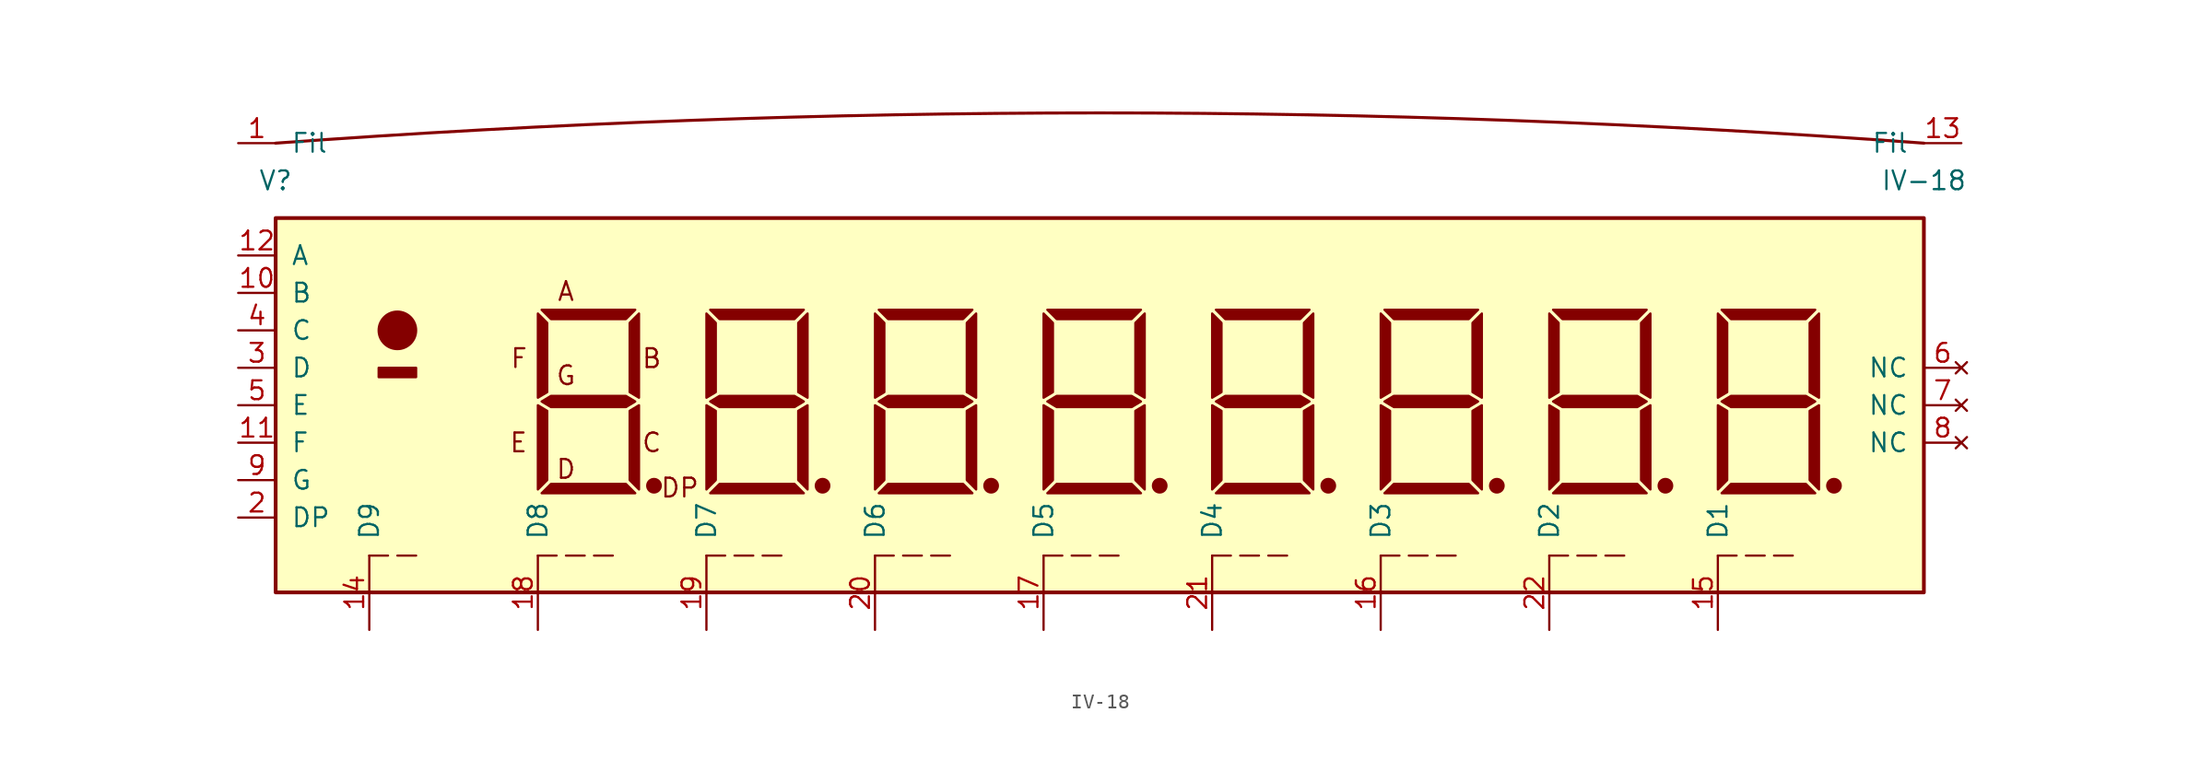
<source format=kicad_sym>
(kicad_symbol_lib
  (version 20220914)
  (generator kicad_symbol_editor)
  (symbol "IV-18"
    (pin_names
      (offset 1.016))
    (property "Reference" "V"
      (at -55.88 15.24 0)
      (effects (font (size 1.27 1.27))))
    (property "Value" "IV-18"
      (at 55.88 15.24 0)
      (effects (font (size 1.27 1.27))))
    (property "Footprint" ""
      (at -37.465 0 0)
      (effects (font (size 1.27 1.27))))
    (property "Datasheet" ""
      (at -37.465 0 0)
      (effects (font (size 1.27 1.27))))
    (symbol "IV-18_0_0"
      (polyline (pts (xy -36.83 -10.2) (xy -38.1 -10.2)) (stroke (width 0) (type default)) (fill (type none)))
      (polyline (pts (xy -36.195 -10.2) (xy -34.925 -10.2)) (stroke (width 0) (type default)) (fill (type none)))
      (polyline (pts (xy -34.29 -10.2) (xy -33.02 -10.2)) (stroke (width 0) (type default)) (fill (type none)))
      (polyline (pts (xy -25.4 -10.2) (xy -26.67 -10.2)) (stroke (width 0) (type default)) (fill (type none)))
      (polyline (pts (xy -24.765 -10.2) (xy -23.495 -10.2)) (stroke (width 0) (type default)) (fill (type none)))
      (polyline (pts (xy -22.86 -10.2) (xy -21.59 -10.2)) (stroke (width 0) (type default)) (fill (type none)))
      (polyline (pts (xy -13.97 -10.2) (xy -15.24 -10.2)) (stroke (width 0) (type default)) (fill (type none)))
      (polyline (pts (xy -13.335 -10.2) (xy -12.065 -10.2)) (stroke (width 0) (type default)) (fill (type none)))
      (polyline (pts (xy -11.43 -10.2) (xy -10.16 -10.2)) (stroke (width 0) (type default)) (fill (type none)))
      (polyline (pts (xy -2.54 -10.2) (xy -3.81 -10.2)) (stroke (width 0) (type default)) (fill (type none)))
      (polyline (pts (xy -1.905 -10.2) (xy -0.635 -10.2)) (stroke (width 0) (type default)) (fill (type none)))
      (polyline (pts (xy 0 -10.2) (xy 1.27 -10.2)) (stroke (width 0) (type default)) (fill (type none)))
      (polyline (pts (xy 8.89 -10.2) (xy 7.62 -10.2)) (stroke (width 0) (type default)) (fill (type none)))
      (polyline (pts (xy 9.525 -10.2) (xy 10.795 -10.2)) (stroke (width 0) (type default)) (fill (type none)))
      (polyline (pts (xy 11.43 -10.2) (xy 12.7 -10.2)) (stroke (width 0) (type default)) (fill (type none)))
      (polyline (pts (xy 20.32 -10.2) (xy 19.05 -10.2)) (stroke (width 0) (type default)) (fill (type none)))
      (polyline (pts (xy 20.955 -10.2) (xy 22.225 -10.2)) (stroke (width 0) (type default)) (fill (type none)))
      (polyline (pts (xy 22.86 -10.2) (xy 24.13 -10.2)) (stroke (width 0) (type default)) (fill (type none)))
      (polyline (pts (xy 31.75 -10.2) (xy 30.48 -10.2)) (stroke (width 0) (type default)) (fill (type none)))
      (polyline (pts (xy 32.385 -10.2) (xy 33.655 -10.2)) (stroke (width 0) (type default)) (fill (type none)))
      (polyline (pts (xy 34.29 -10.2) (xy 35.56 -10.2)) (stroke (width 0) (type default)) (fill (type none)))
      (polyline (pts (xy 43.18 -10.2) (xy 41.91 -10.2)) (stroke (width 0) (type default)) (fill (type none)))
      (polyline (pts (xy 43.815 -10.2) (xy 45.085 -10.2)) (stroke (width 0) (type default)) (fill (type none)))
      (polyline (pts (xy 45.72 -10.2) (xy 46.99 -10.2)) (stroke (width 0) (type default)) (fill (type none))))
    (symbol "IV-18_0_1"
      (arc (start 55.88 17.78) (mid 0 19.8308) (end -55.88 17.78) (stroke (width 0.2032) (type default)) (fill (type none))))
    (symbol "IV-18_1_0"
      (polyline (pts (xy -49.53 -10.2) (xy -48.26 -10.2)) (stroke (width 0) (type default)) (fill (type none)))
      (polyline (pts (xy -47.625 -10.2) (xy -46.355 -10.2)) (stroke (width 0) (type default)) (fill (type none))))
    (symbol "IV-18_1_1"
      (rectangle (start -55.88 12.7) (end 55.88 -12.7) (stroke (width 0.254) (type default)) (fill (type background)))
      (rectangle (start -48.895 2.54) (end -46.355 1.905) (stroke (width 0) (type default)) (fill (type outline)))
      (circle (center -47.625 5.08) (radius 1.27) (stroke (width 0) (type default)) (fill (type outline)))
      (circle (center -30.226 -5.461) (radius 0.458) (stroke (width 0) (type default)) (fill (type outline)))
      (circle (center -18.796 -5.461) (radius 0.458) (stroke (width 0) (type default)) (fill (type outline)))
      (circle (center -7.366 -5.461) (radius 0.458) (stroke (width 0) (type default)) (fill (type outline)))
      (polyline (pts (xy -38.1 0) (xy -37.465 -0.381) (xy -37.465 -5.08) (xy -38.1 -5.715) (xy -38.1 0)) (stroke (width 0) (type default)) (fill (type outline)))
      (polyline (pts (xy -38.1 6.223) (xy -37.465 5.588) (xy -37.465 0.889) (xy -38.1 0.508) (xy -38.1 6.223)) (stroke (width 0) (type default)) (fill (type outline)))
      (polyline (pts (xy -37.846 6.477) (xy -31.496 6.477) (xy -32.131 5.842) (xy -37.211 5.842) (xy -37.846 6.477)) (stroke (width 0) (type default)) (fill (type outline)))
      (polyline (pts (xy -31.496 -5.969) (xy -37.846 -5.969) (xy -37.211 -5.334) (xy -32.131 -5.334) (xy -31.496 -5.969)) (stroke (width 0) (type default)) (fill (type outline)))
      (polyline (pts (xy -31.242 0) (xy -31.877 -0.381) (xy -31.877 -5.08) (xy -31.242 -5.715) (xy -31.242 0)) (stroke (width 0) (type default)) (fill (type outline)))
      (polyline (pts (xy -31.242 6.223) (xy -31.877 5.588) (xy -31.877 0.889) (xy -31.242 0.508) (xy -31.242 6.223)) (stroke (width 0) (type default)) (fill (type outline)))
      (polyline (pts (xy -26.67 0) (xy -26.035 -0.381) (xy -26.035 -5.08) (xy -26.67 -5.715) (xy -26.67 0)) (stroke (width 0) (type default)) (fill (type outline)))
      (polyline (pts (xy -26.67 6.223) (xy -26.035 5.588) (xy -26.035 0.889) (xy -26.67 0.508) (xy -26.67 6.223)) (stroke (width 0) (type default)) (fill (type outline)))
      (polyline (pts (xy -26.416 6.477) (xy -20.066 6.477) (xy -20.701 5.842) (xy -25.781 5.842) (xy -26.416 6.477)) (stroke (width 0) (type default)) (fill (type outline)))
      (polyline (pts (xy -20.066 -5.969) (xy -26.416 -5.969) (xy -25.781 -5.334) (xy -20.701 -5.334) (xy -20.066 -5.969)) (stroke (width 0) (type default)) (fill (type outline)))
      (polyline (pts (xy -19.812 0) (xy -20.447 -0.381) (xy -20.447 -5.08) (xy -19.812 -5.715) (xy -19.812 0)) (stroke (width 0) (type default)) (fill (type outline)))
      (polyline (pts (xy -19.812 6.223) (xy -20.447 5.588) (xy -20.447 0.889) (xy -19.812 0.508) (xy -19.812 6.223)) (stroke (width 0) (type default)) (fill (type outline)))
      (polyline (pts (xy -15.24 0) (xy -14.605 -0.381) (xy -14.605 -5.08) (xy -15.24 -5.715) (xy -15.24 0)) (stroke (width 0) (type default)) (fill (type outline)))
      (polyline (pts (xy -15.24 6.223) (xy -14.605 5.588) (xy -14.605 0.889) (xy -15.24 0.508) (xy -15.24 6.223)) (stroke (width 0) (type default)) (fill (type outline)))
      (polyline (pts (xy -14.986 6.477) (xy -8.636 6.477) (xy -9.271 5.842) (xy -14.351 5.842) (xy -14.986 6.477)) (stroke (width 0) (type default)) (fill (type outline)))
      (polyline (pts (xy -8.636 -5.969) (xy -14.986 -5.969) (xy -14.351 -5.334) (xy -9.271 -5.334) (xy -8.636 -5.969)) (stroke (width 0) (type default)) (fill (type outline)))
      (polyline (pts (xy -8.382 0) (xy -9.017 -0.381) (xy -9.017 -5.08) (xy -8.382 -5.715) (xy -8.382 0)) (stroke (width 0) (type default)) (fill (type outline)))
      (polyline (pts (xy -8.382 6.223) (xy -9.017 5.588) (xy -9.017 0.889) (xy -8.382 0.508) (xy -8.382 6.223)) (stroke (width 0) (type default)) (fill (type outline)))
      (polyline (pts (xy -3.81 0) (xy -3.175 -0.381) (xy -3.175 -5.08) (xy -3.81 -5.715) (xy -3.81 0)) (stroke (width 0) (type default)) (fill (type outline)))
      (polyline (pts (xy -3.81 6.223) (xy -3.175 5.588) (xy -3.175 0.889) (xy -3.81 0.508) (xy -3.81 6.223)) (stroke (width 0) (type default)) (fill (type outline)))
      (polyline (pts (xy -3.556 6.477) (xy 2.794 6.477) (xy 2.159 5.842) (xy -2.921 5.842) (xy -3.556 6.477)) (stroke (width 0) (type default)) (fill (type outline)))
      (polyline (pts (xy 2.794 -5.969) (xy -3.556 -5.969) (xy -2.921 -5.334) (xy 2.159 -5.334) (xy 2.794 -5.969)) (stroke (width 0) (type default)) (fill (type outline)))
      (polyline (pts (xy 3.048 0) (xy 2.413 -0.381) (xy 2.413 -5.08) (xy 3.048 -5.715) (xy 3.048 0)) (stroke (width 0) (type default)) (fill (type outline)))
      (polyline (pts (xy 3.048 6.223) (xy 2.413 5.588) (xy 2.413 0.889) (xy 3.048 0.508) (xy 3.048 6.223)) (stroke (width 0) (type default)) (fill (type outline)))
      (polyline (pts (xy 7.62 0) (xy 8.255 -0.381) (xy 8.255 -5.08) (xy 7.62 -5.715) (xy 7.62 0)) (stroke (width 0) (type default)) (fill (type outline)))
      (polyline (pts (xy 7.62 6.223) (xy 8.255 5.588) (xy 8.255 0.889) (xy 7.62 0.508) (xy 7.62 6.223)) (stroke (width 0) (type default)) (fill (type outline)))
      (polyline (pts (xy 7.874 6.477) (xy 14.224 6.477) (xy 13.589 5.842) (xy 8.509 5.842) (xy 7.874 6.477)) (stroke (width 0) (type default)) (fill (type outline)))
      (polyline (pts (xy 14.224 -5.969) (xy 7.874 -5.969) (xy 8.509 -5.334) (xy 13.589 -5.334) (xy 14.224 -5.969)) (stroke (width 0) (type default)) (fill (type outline)))
      (polyline (pts (xy 14.478 0) (xy 13.843 -0.381) (xy 13.843 -5.08) (xy 14.478 -5.715) (xy 14.478 0)) (stroke (width 0) (type default)) (fill (type outline)))
      (polyline (pts (xy 14.478 6.223) (xy 13.843 5.588) (xy 13.843 0.889) (xy 14.478 0.508) (xy 14.478 6.223)) (stroke (width 0) (type default)) (fill (type outline)))
      (polyline (pts (xy 19.05 0) (xy 19.685 -0.381) (xy 19.685 -5.08) (xy 19.05 -5.715) (xy 19.05 0)) (stroke (width 0) (type default)) (fill (type outline)))
      (polyline (pts (xy 19.05 6.223) (xy 19.685 5.588) (xy 19.685 0.889) (xy 19.05 0.508) (xy 19.05 6.223)) (stroke (width 0) (type default)) (fill (type outline)))
      (polyline (pts (xy 19.304 6.477) (xy 25.654 6.477) (xy 25.019 5.842) (xy 19.939 5.842) (xy 19.304 6.477)) (stroke (width 0) (type default)) (fill (type outline)))
      (polyline (pts (xy 25.654 -5.969) (xy 19.304 -5.969) (xy 19.939 -5.334) (xy 25.019 -5.334) (xy 25.654 -5.969)) (stroke (width 0) (type default)) (fill (type outline)))
      (polyline (pts (xy 25.908 0) (xy 25.273 -0.381) (xy 25.273 -5.08) (xy 25.908 -5.715) (xy 25.908 0)) (stroke (width 0) (type default)) (fill (type outline)))
      (polyline (pts (xy 25.908 6.223) (xy 25.273 5.588) (xy 25.273 0.889) (xy 25.908 0.508) (xy 25.908 6.223)) (stroke (width 0) (type default)) (fill (type outline)))
      (polyline (pts (xy 30.48 0) (xy 31.115 -0.381) (xy 31.115 -5.08) (xy 30.48 -5.715) (xy 30.48 0)) (stroke (width 0) (type default)) (fill (type outline)))
      (polyline (pts (xy 30.48 6.223) (xy 31.115 5.588) (xy 31.115 0.889) (xy 30.48 0.508) (xy 30.48 6.223)) (stroke (width 0) (type default)) (fill (type outline)))
      (polyline (pts (xy 30.734 6.477) (xy 37.084 6.477) (xy 36.449 5.842) (xy 31.369 5.842) (xy 30.734 6.477)) (stroke (width 0) (type default)) (fill (type outline)))
      (polyline (pts (xy 37.084 -5.969) (xy 30.734 -5.969) (xy 31.369 -5.334) (xy 36.449 -5.334) (xy 37.084 -5.969)) (stroke (width 0) (type default)) (fill (type outline)))
      (polyline (pts (xy 37.338 0) (xy 36.703 -0.381) (xy 36.703 -5.08) (xy 37.338 -5.715) (xy 37.338 0)) (stroke (width 0) (type default)) (fill (type outline)))
      (polyline (pts (xy 37.338 6.223) (xy 36.703 5.588) (xy 36.703 0.889) (xy 37.338 0.508) (xy 37.338 6.223)) (stroke (width 0) (type default)) (fill (type outline)))
      (polyline (pts (xy 41.91 0) (xy 42.545 -0.381) (xy 42.545 -5.08) (xy 41.91 -5.715) (xy 41.91 0)) (stroke (width 0) (type default)) (fill (type outline)))
      (polyline (pts (xy 41.91 6.223) (xy 42.545 5.588) (xy 42.545 0.889) (xy 41.91 0.508) (xy 41.91 6.223)) (stroke (width 0) (type default)) (fill (type outline)))
      (polyline (pts (xy 42.164 6.477) (xy 48.514 6.477) (xy 47.879 5.842) (xy 42.799 5.842) (xy 42.164 6.477)) (stroke (width 0) (type default)) (fill (type outline)))
      (polyline (pts (xy 48.514 -5.969) (xy 42.164 -5.969) (xy 42.799 -5.334) (xy 47.879 -5.334) (xy 48.514 -5.969)) (stroke (width 0) (type default)) (fill (type outline)))
      (polyline (pts (xy 48.768 0) (xy 48.133 -0.381) (xy 48.133 -5.08) (xy 48.768 -5.715) (xy 48.768 0)) (stroke (width 0) (type default)) (fill (type outline)))
      (polyline (pts (xy 48.768 6.223) (xy 48.133 5.588) (xy 48.133 0.889) (xy 48.768 0.508) (xy 48.768 6.223)) (stroke (width 0) (type default)) (fill (type outline)))
      (polyline (pts (xy -37.846 0.254) (xy -37.211 0.635) (xy -32.131 0.635) (xy -31.496 0.254) (xy -32.131 -0.127) (xy -37.211 -0.127) (xy -37.846 0.254)) (stroke (width 0) (type default)) (fill (type outline)))
      (polyline (pts (xy -26.416 0.254) (xy -25.781 0.635) (xy -20.701 0.635) (xy -20.066 0.254) (xy -20.701 -0.127) (xy -25.781 -0.127) (xy -26.416 0.254)) (stroke (width 0) (type default)) (fill (type outline)))
      (polyline (pts (xy -14.986 0.254) (xy -14.351 0.635) (xy -9.271 0.635) (xy -8.636 0.254) (xy -9.271 -0.127) (xy -14.351 -0.127) (xy -14.986 0.254)) (stroke (width 0) (type default)) (fill (type outline)))
      (polyline (pts (xy -3.556 0.254) (xy -2.921 0.635) (xy 2.159 0.635) (xy 2.794 0.254) (xy 2.159 -0.127) (xy -2.921 -0.127) (xy -3.556 0.254)) (stroke (width 0) (type default)) (fill (type outline)))
      (polyline (pts (xy 7.874 0.254) (xy 8.509 0.635) (xy 13.589 0.635) (xy 14.224 0.254) (xy 13.589 -0.127) (xy 8.509 -0.127) (xy 7.874 0.254)) (stroke (width 0) (type default)) (fill (type outline)))
      (polyline (pts (xy 19.304 0.254) (xy 19.939 0.635) (xy 25.019 0.635) (xy 25.654 0.254) (xy 25.019 -0.127) (xy 19.939 -0.127) (xy 19.304 0.254)) (stroke (width 0) (type default)) (fill (type outline)))
      (polyline (pts (xy 30.734 0.254) (xy 31.369 0.635) (xy 36.449 0.635) (xy 37.084 0.254) (xy 36.449 -0.127) (xy 31.369 -0.127) (xy 30.734 0.254)) (stroke (width 0) (type default)) (fill (type outline)))
      (polyline (pts (xy 42.164 0.254) (xy 42.799 0.635) (xy 47.879 0.635) (xy 48.514 0.254) (xy 47.879 -0.127) (xy 42.799 -0.127) (xy 42.164 0.254)) (stroke (width 0) (type default)) (fill (type outline)))
      (circle (center 4.064 -5.461) (radius 0.458) (stroke (width 0) (type default)) (fill (type outline)))
      (circle (center 15.494 -5.461) (radius 0.458) (stroke (width 0) (type default)) (fill (type outline)))
      (circle (center 26.924 -5.461) (radius 0.458) (stroke (width 0) (type default)) (fill (type outline)))
      (circle (center 38.354 -5.461) (radius 0.458) (stroke (width 0) (type default)) (fill (type outline)))
      (circle (center 49.784 -5.461) (radius 0.458) (stroke (width 0) (type default)) (fill (type outline)))
      (text "A" (at -36.195 6.985 0) (effects (font (size 1.27 1.27)) (justify bottom)))
      (text "B" (at -31.115 3.175 0) (effects (font (size 1.27 1.27)) (justify left)))
      (text "C\n" (at -31.115 -2.54 0) (effects (font (size 1.27 1.27)) (justify left)))
      (text "D" (at -36.195 -5.08 0) (effects (font (size 1.27 1.27)) (justify bottom)))
      (text "DP" (at -29.845 -6.35 0) (effects (font (size 1.27 1.27)) (justify left bottom)))
      (text "E" (at -38.735 -2.54 0) (effects (font (size 1.27 1.27)) (justify right)))
      (text "F" (at -38.735 3.175 0) (effects (font (size 1.27 1.27)) (justify right)))
      (text "G" (at -36.195 1.27 0) (effects (font (size 1.27 1.27)) (justify bottom)))
      (pin passive line (at -58.42 17.78 0) (length 2.54) (name "Fil" (effects (font (size 1.27 1.27)))) (number "1" (effects (font (size 1.27 1.27)))))
      (pin passive line (at -58.42 7.62 0) (length 2.54) (name "B" (effects (font (size 1.27 1.27)))) (number "10" (effects (font (size 1.27 1.27)))))
      (pin passive line (at -58.42 -2.54 0) (length 2.54) (name "F" (effects (font (size 1.27 1.27)))) (number "11" (effects (font (size 1.27 1.27)))))
      (pin passive line (at -58.42 10.16 0) (length 2.54) (name "A" (effects (font (size 1.27 1.27)))) (number "12" (effects (font (size 1.27 1.27)))))
      (pin passive line (at 58.42 17.78 180) (length 2.54) (name "Fil" (effects (font (size 1.27 1.27)))) (number "13" (effects (font (size 1.27 1.27)))))
      (pin passive line (at -49.53 -15.24 90) (length 5.04) (name "D9" (effects (font (size 1.27 1.27)))) (number "14" (effects (font (size 1.27 1.27)))))
      (pin passive line (at 41.91 -15.24 90) (length 5.04) (name "D1" (effects (font (size 1.27 1.27)))) (number "15" (effects (font (size 1.27 1.27)))))
      (pin passive line (at 19.05 -15.24 90) (length 5.04) (name "D3" (effects (font (size 1.27 1.27)))) (number "16" (effects (font (size 1.27 1.27)))))
      (pin passive line (at -3.81 -15.24 90) (length 5.04) (name "D5" (effects (font (size 1.27 1.27)))) (number "17" (effects (font (size 1.27 1.27)))))
      (pin passive line (at -38.1 -15.24 90) (length 5.04) (name "D8" (effects (font (size 1.27 1.27)))) (number "18" (effects (font (size 1.27 1.27)))))
      (pin passive line (at -26.67 -15.24 90) (length 5.04) (name "D7" (effects (font (size 1.27 1.27)))) (number "19" (effects (font (size 1.27 1.27)))))
      (pin passive line (at -58.42 -7.62 0) (length 2.54) (name "DP" (effects (font (size 1.27 1.27)))) (number "2" (effects (font (size 1.27 1.27)))))
      (pin passive line (at -15.24 -15.24 90) (length 5.04) (name "D6" (effects (font (size 1.27 1.27)))) (number "20" (effects (font (size 1.27 1.27)))))
      (pin passive line (at 7.62 -15.24 90) (length 5.04) (name "D4" (effects (font (size 1.27 1.27)))) (number "21" (effects (font (size 1.27 1.27)))))
      (pin passive line (at 30.48 -15.24 90) (length 5.04) (name "D2" (effects (font (size 1.27 1.27)))) (number "22" (effects (font (size 1.27 1.27)))))
      (pin passive line (at -58.42 2.54 0) (length 2.54) (name "D" (effects (font (size 1.27 1.27)))) (number "3" (effects (font (size 1.27 1.27)))))
      (pin passive line (at -58.42 5.08 0) (length 2.54) (name "C" (effects (font (size 1.27 1.27)))) (number "4" (effects (font (size 1.27 1.27)))))
      (pin passive line (at -58.42 0 0) (length 2.54) (name "E" (effects (font (size 1.27 1.27)))) (number "5" (effects (font (size 1.27 1.27)))))
      (pin no_connect line (at 58.42 2.54 180) (length 2.54) (name "NC" (effects (font (size 1.27 1.27)))) (number "6" (effects (font (size 1.27 1.27)))))
      (pin no_connect line (at 58.42 0 180) (length 2.54) (name "NC" (effects (font (size 1.27 1.27)))) (number "7" (effects (font (size 1.27 1.27)))))
      (pin no_connect line (at 58.42 -2.54 180) (length 2.54) (name "NC" (effects (font (size 1.27 1.27)))) (number "8" (effects (font (size 1.27 1.27)))))
      (pin passive line (at -58.42 -5.08 0) (length 2.54) (name "G" (effects (font (size 1.27 1.27)))) (number "9" (effects (font (size 1.27 1.27))))))))
</source>
